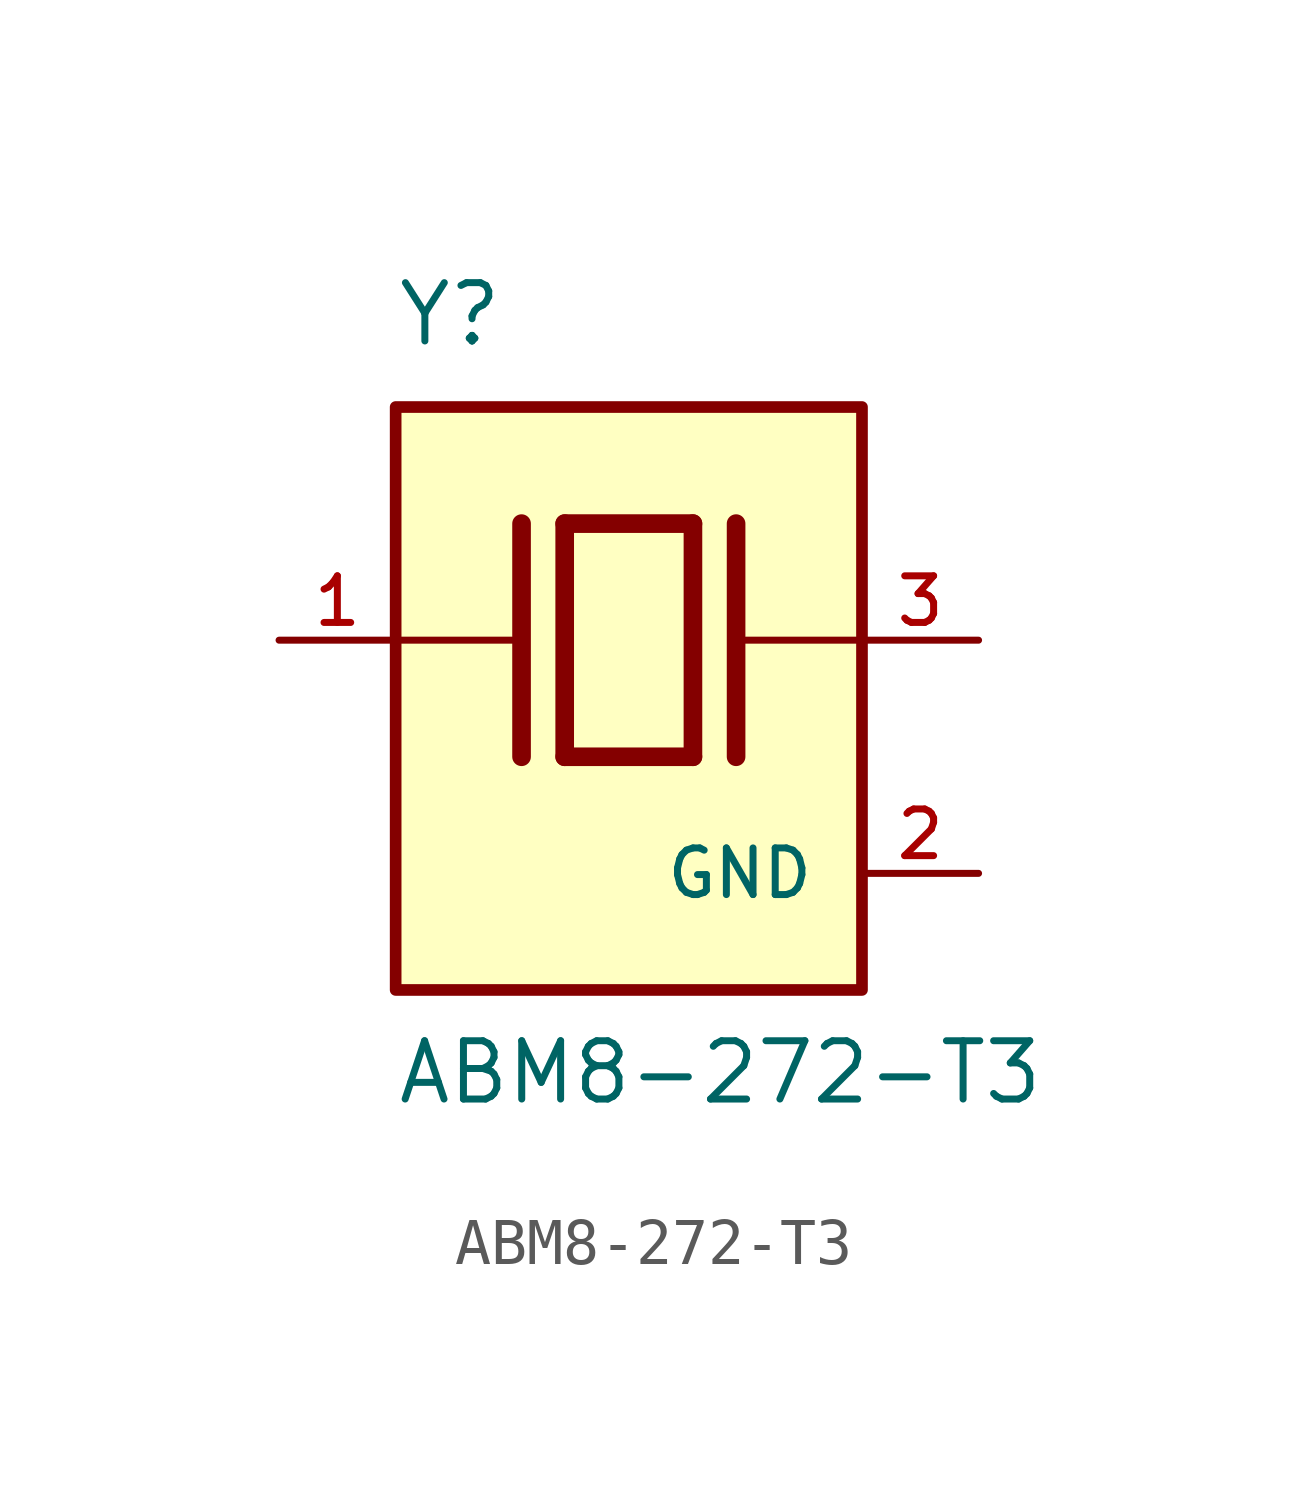
<source format=kicad_sym>
(kicad_symbol_lib
  (version 20211014)
  (generator kicad_symbol_editor)
  (symbol "ABM8-272-T3"
    (pin_names
      (offset 1.016))
    (property "Reference" "Y"
      (at -5.088 6.356 0)
      (effects (font (size 1.27 1.27)) (justify bottom left)))
    (property "Value" "ABM8-272-T3"
      (at -5.094 -10.16 0)
      (effects (font (size 1.27 1.27)) (justify bottom left)))
    (symbol "ABM8-272-T3_0_0"
      (polyline (pts (xy -1.397 2.54) (xy 1.397 2.54)) (stroke (width 0.406)))
      (polyline (pts (xy 1.397 2.54) (xy 1.397 -2.54)) (stroke (width 0.406)))
      (polyline (pts (xy 1.397 -2.54) (xy -1.397 -2.54)) (stroke (width 0.406)))
      (polyline (pts (xy -1.397 2.54) (xy -1.397 -2.54)) (stroke (width 0.406)))
      (polyline (pts (xy 2.337 2.54) (xy 2.337 -2.54)) (stroke (width 0.406)))
      (polyline (pts (xy -2.337 2.54) (xy -2.337 -2.54)) (stroke (width 0.406)))
      (polyline (pts (xy -5.08 0.0) (xy -2.54 0.0)) (stroke (width 0.152)))
      (polyline (pts (xy 2.54 0.0) (xy 5.08 0.0)) (stroke (width 0.152)))
      (rectangle (start -5.08 -7.62) (end 5.08 5.08) (stroke (width 0.254)) (fill (type background)))
      (pin passive line (at 7.62 0.0 180.0) (length 2.54) (name "~" (effects (font (size 1.016 1.016)))) (number "3" (effects (font (size 1.016 1.016)))))
      (pin passive line (at -7.62 0.0 0) (length 2.54) (name "~" (effects (font (size 1.016 1.016)))) (number "1" (effects (font (size 1.016 1.016)))))
      (pin power_in line (at 7.62 -5.08 180.0) (length 2.54) (name "GND" (effects (font (size 1.016 1.016)))) (number "2" (effects (font (size 1.016 1.016)))))
      (pin power_in line (at 7.62 -5.08 180.0) (length 2.54) hide (name "GND" (effects (font (size 1.016 1.016)))) (number "4" (effects (font (size 1.016 1.016))))))))
</source>
